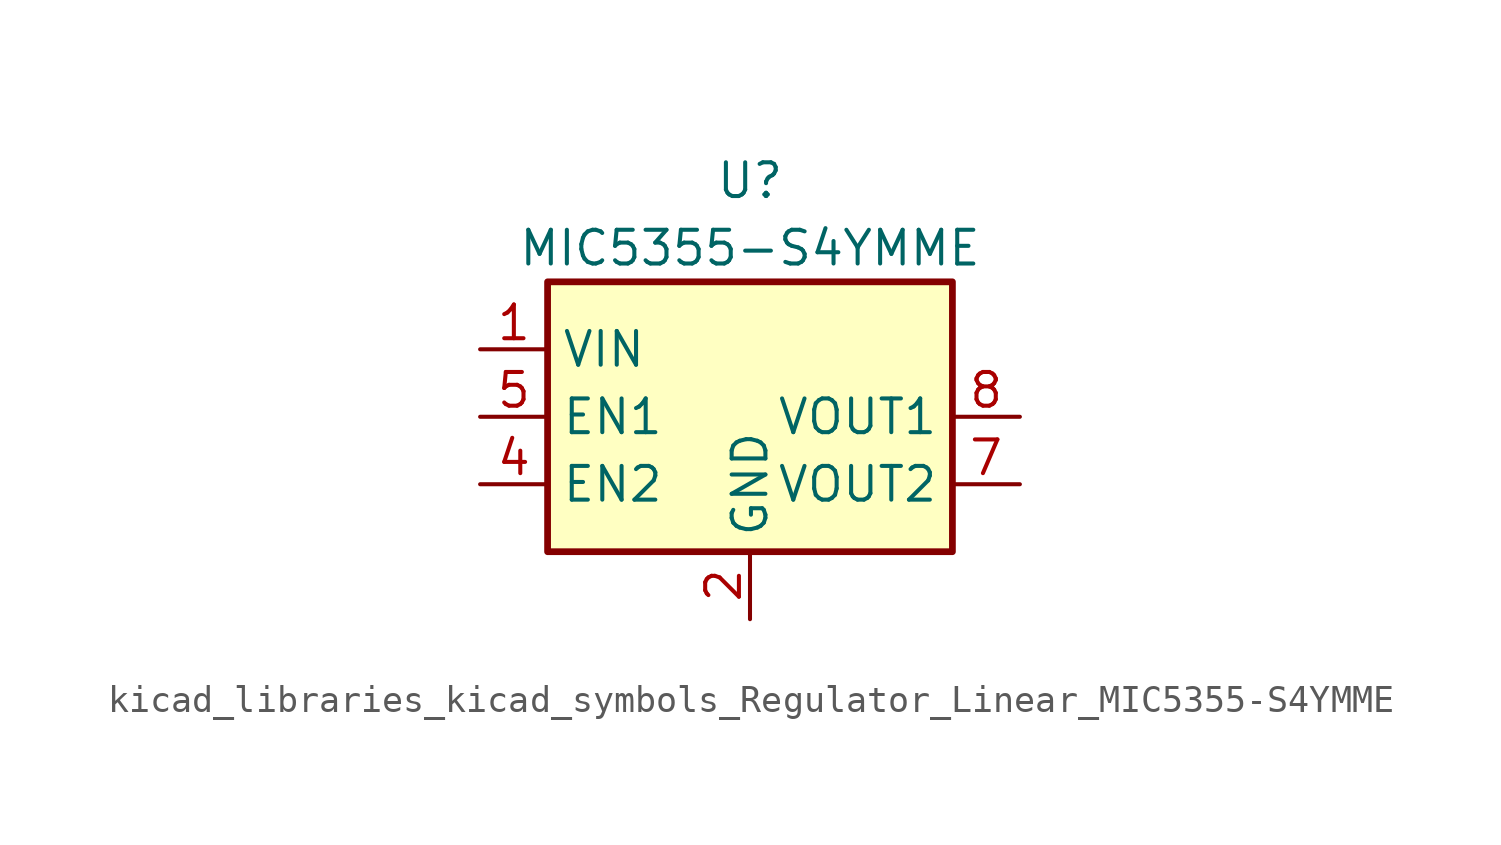
<source format=kicad_sym>
(kicad_symbol_lib
  (version 20220914)
  (generator kicad_symbol_editor)
  (symbol "kicad_libraries_kicad_symbols_Regulator_Linear_MIC5355-S4YMME"
    (property "Reference" "U"
      (at 0 8.89 0)
      (effects (font (size 1.27 1.27))))
    (property "Value" "MIC5355-S4YMME"
      (at 0 6.35 0)
      (effects (font (size 1.27 1.27))))
    (symbol "kicad_libraries_kicad_symbols_Regulator_Linear_MIC5355-S4YMME_0_1"
      (rectangle (start -7.62 5.08) (end 7.62 -5.08) (stroke (width 0.254) (type default)) (fill (type background))))
    (symbol "kicad_libraries_kicad_symbols_Regulator_Linear_MIC5355-S4YMME_1_1"
      (pin power_in line (at -10.16 2.54 0) (length 2.54) (name "VIN" (effects (font (size 1.27 1.27)))) (number "1" (effects (font (size 1.27 1.27)))))
      (pin power_in line (at 0 -7.62 90) (length 2.54) (name "GND" (effects (font (size 1.27 1.27)))) (number "2" (effects (font (size 1.27 1.27)))))
      (pin no_connect line (at 0 5.08 270) (length 2.54) hide (name "NC" (effects (font (size 1.27 1.27)))) (number "3" (effects (font (size 1.27 1.27)))))
      (pin input line (at -10.16 -2.54 0) (length 2.54) (name "EN2" (effects (font (size 1.27 1.27)))) (number "4" (effects (font (size 1.27 1.27)))))
      (pin input line (at -10.16 0 0) (length 2.54) (name "EN1" (effects (font (size 1.27 1.27)))) (number "5" (effects (font (size 1.27 1.27)))))
      (pin no_connect line (at 7.62 2.54 180) (length 2.54) hide (name "NC" (effects (font (size 1.27 1.27)))) (number "6" (effects (font (size 1.27 1.27)))))
      (pin power_out line (at 10.16 -2.54 180) (length 2.54) (name "VOUT2" (effects (font (size 1.27 1.27)))) (number "7" (effects (font (size 1.27 1.27)))))
      (pin power_out line (at 10.16 0 180) (length 2.54) (name "VOUT1" (effects (font (size 1.27 1.27)))) (number "8" (effects (font (size 1.27 1.27)))))
      (pin passive line (at 0 -7.62 90) (length 2.54) hide (name "GND" (effects (font (size 1.27 1.27)))) (number "9" (effects (font (size 1.27 1.27))))))))
</source>
